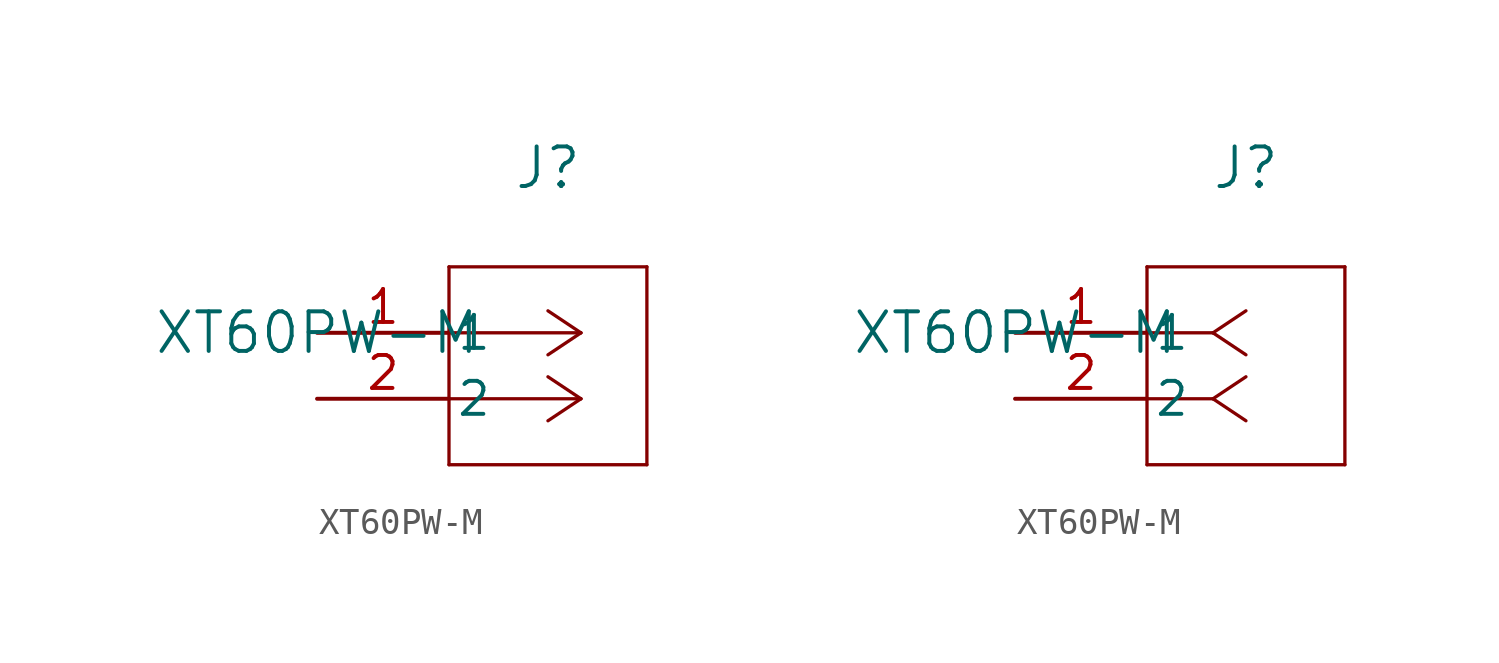
<source format=kicad_sym>
(kicad_symbol_lib
  (version 20231120)
  (generator "kicad_symbol_editor")
  (generator_version "8.0")
  (symbol "XT60PW-M"
    (pin_names
      (offset 0.254))
    (property "Reference" "J"
      (at 8.89 6.35 0)
      (effects (font (size 1.524 1.524))))
    (property "Value" "XT60PW-M"
      (at 0 0 0)
      (effects (font (size 1.524 1.524))))
    (property "ki_locked" ""
      (at 0 0 0)
      (effects (font (size 1.27 1.27))))
    (symbol "XT60PW-M_1_1"
      (polyline (pts (xy 5.08 -5.08) (xy 12.7 -5.08)) (stroke (width 0.127) (type default)) (fill (type none)))
      (polyline (pts (xy 5.08 2.54) (xy 5.08 -5.08)) (stroke (width 0.127) (type default)) (fill (type none)))
      (polyline (pts (xy 10.16 -2.54) (xy 5.08 -2.54)) (stroke (width 0.127) (type default)) (fill (type none)))
      (polyline (pts (xy 10.16 -2.54) (xy 8.89 -3.387)) (stroke (width 0.127) (type default)) (fill (type none)))
      (polyline (pts (xy 10.16 -2.54) (xy 8.89 -1.693)) (stroke (width 0.127) (type default)) (fill (type none)))
      (polyline (pts (xy 10.16 0) (xy 5.08 0)) (stroke (width 0.127) (type default)) (fill (type none)))
      (polyline (pts (xy 10.16 0) (xy 8.89 -0.847)) (stroke (width 0.127) (type default)) (fill (type none)))
      (polyline (pts (xy 10.16 0) (xy 8.89 0.847)) (stroke (width 0.127) (type default)) (fill (type none)))
      (polyline (pts (xy 12.7 -5.08) (xy 12.7 2.54)) (stroke (width 0.127) (type default)) (fill (type none)))
      (polyline (pts (xy 12.7 2.54) (xy 5.08 2.54)) (stroke (width 0.127) (type default)) (fill (type none)))
      (pin passive line (at 0 0 0) (length 5.08) (name "1" (effects (font (size 1.27 1.27)))) (number "1" (effects (font (size 1.27 1.27)))))
      (pin passive line (at 0 -2.54 0) (length 5.08) (name "2" (effects (font (size 1.27 1.27)))) (number "2" (effects (font (size 1.27 1.27))))))
    (symbol "XT60PW-M_1_2"
      (polyline (pts (xy 5.08 -5.08) (xy 12.7 -5.08)) (stroke (width 0.127) (type default)) (fill (type none)))
      (polyline (pts (xy 5.08 2.54) (xy 5.08 -5.08)) (stroke (width 0.127) (type default)) (fill (type none)))
      (polyline (pts (xy 7.62 -2.54) (xy 5.08 -2.54)) (stroke (width 0.127) (type default)) (fill (type none)))
      (polyline (pts (xy 7.62 -2.54) (xy 8.89 -3.387)) (stroke (width 0.127) (type default)) (fill (type none)))
      (polyline (pts (xy 7.62 -2.54) (xy 8.89 -1.693)) (stroke (width 0.127) (type default)) (fill (type none)))
      (polyline (pts (xy 7.62 0) (xy 5.08 0)) (stroke (width 0.127) (type default)) (fill (type none)))
      (polyline (pts (xy 7.62 0) (xy 8.89 -0.847)) (stroke (width 0.127) (type default)) (fill (type none)))
      (polyline (pts (xy 7.62 0) (xy 8.89 0.847)) (stroke (width 0.127) (type default)) (fill (type none)))
      (polyline (pts (xy 12.7 -5.08) (xy 12.7 2.54)) (stroke (width 0.127) (type default)) (fill (type none)))
      (polyline (pts (xy 12.7 2.54) (xy 5.08 2.54)) (stroke (width 0.127) (type default)) (fill (type none)))
      (pin unspecified line (at 0 0 0) (length 5.08) (name "1" (effects (font (size 1.27 1.27)))) (number "1" (effects (font (size 1.27 1.27)))))
      (pin unspecified line (at 0 -2.54 0) (length 5.08) (name "2" (effects (font (size 1.27 1.27)))) (number "2" (effects (font (size 1.27 1.27))))))))
</source>
